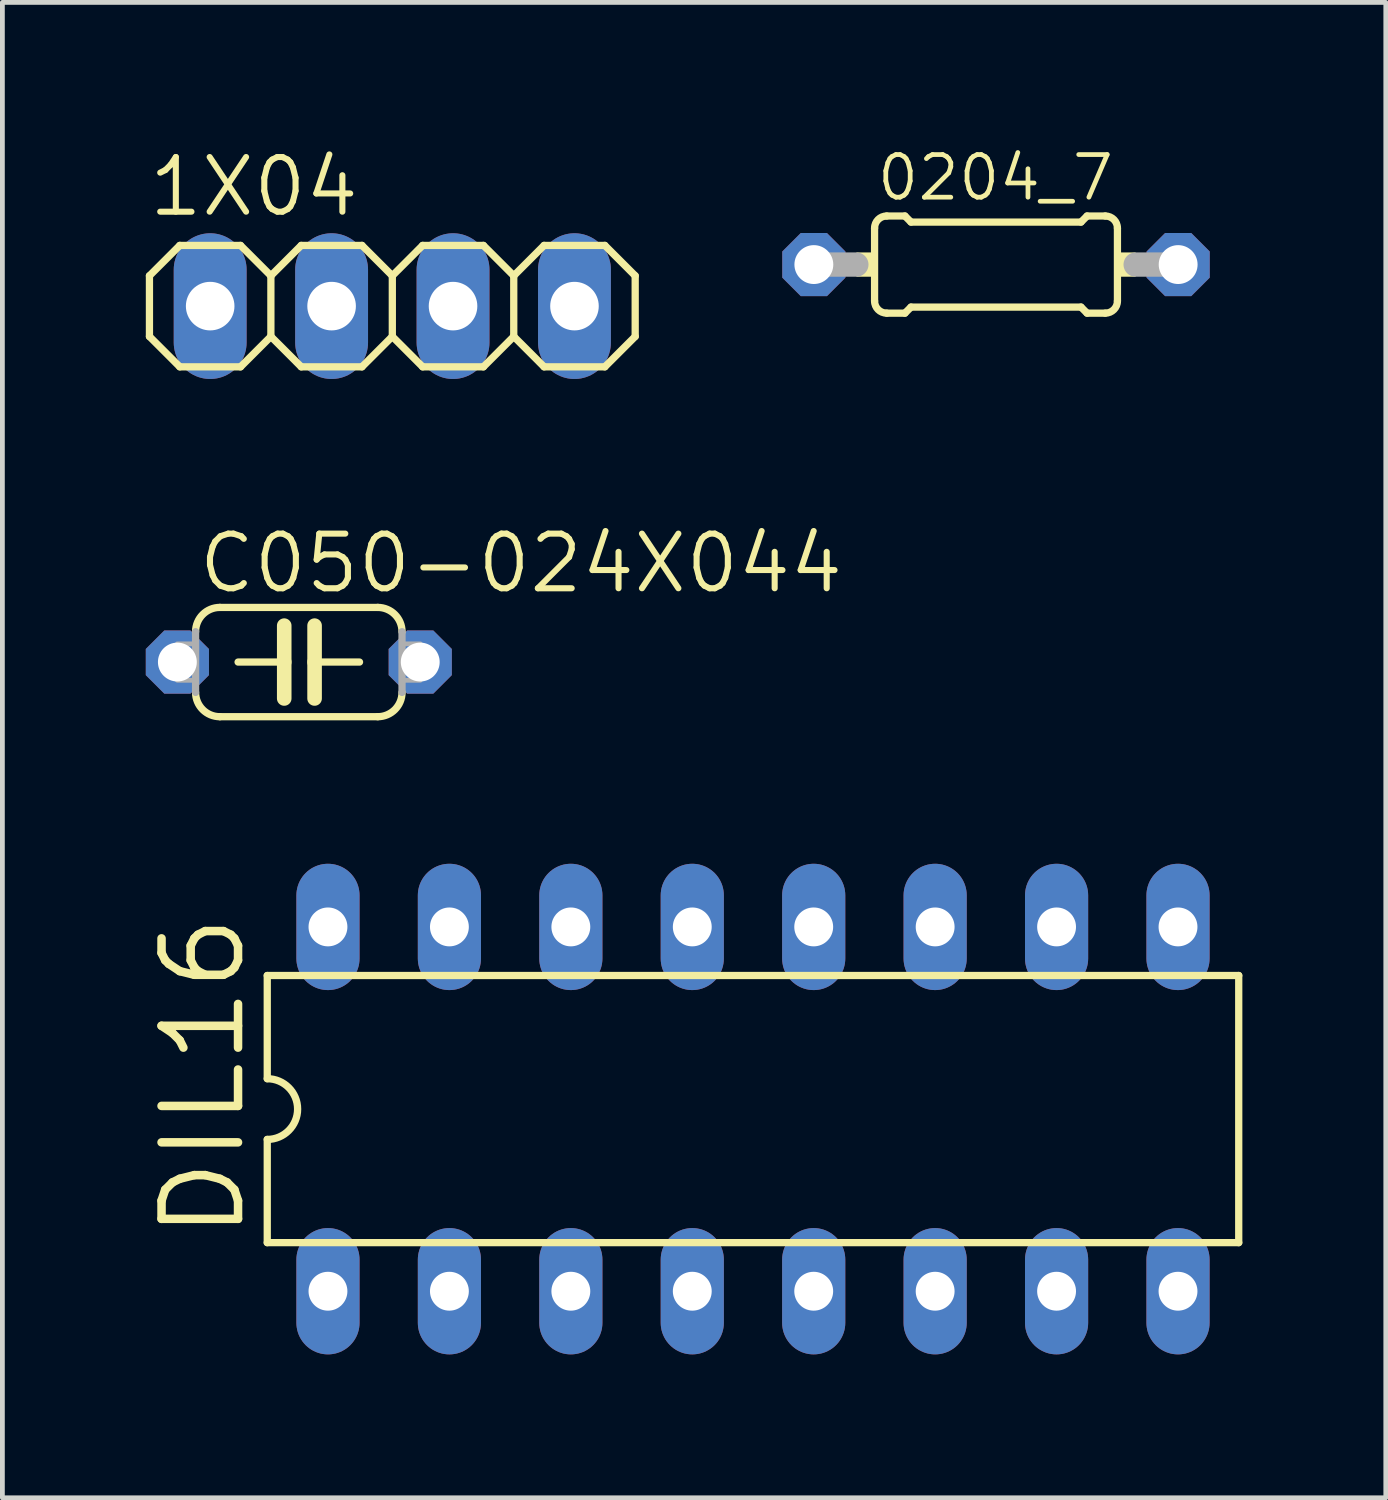
<source format=kicad_pcb>
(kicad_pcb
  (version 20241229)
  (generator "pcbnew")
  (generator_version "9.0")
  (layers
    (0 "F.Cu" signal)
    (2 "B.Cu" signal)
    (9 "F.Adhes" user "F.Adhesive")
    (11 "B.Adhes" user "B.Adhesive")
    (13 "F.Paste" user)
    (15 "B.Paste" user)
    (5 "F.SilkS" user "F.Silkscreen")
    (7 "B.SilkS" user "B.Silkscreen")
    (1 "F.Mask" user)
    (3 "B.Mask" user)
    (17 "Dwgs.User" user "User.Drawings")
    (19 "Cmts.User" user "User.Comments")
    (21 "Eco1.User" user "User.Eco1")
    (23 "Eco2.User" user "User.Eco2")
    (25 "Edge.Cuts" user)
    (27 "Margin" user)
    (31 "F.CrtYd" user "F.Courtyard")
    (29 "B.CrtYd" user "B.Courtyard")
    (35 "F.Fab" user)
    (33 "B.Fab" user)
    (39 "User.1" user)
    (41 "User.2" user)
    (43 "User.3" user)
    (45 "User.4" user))
  (footprint "0204_7"
    (layer "F.Cu")
    (at 17.783 2.484)
    (property "Reference" "0204_7" (at -2.54 -1.295 0) (layer "F.SilkS") (effects (font (size 0.892 0.892) (thickness 0.099)) (justify left bottom)))
    (fp_line (start -2.54 0.762) (end -2.54 -0.762) (stroke (width 0.152) (type solid)) (layer "F.SilkS"))
    (fp_line (start -2.286 -1.016) (end -1.905 -1.016) (stroke (width 0.152) (type solid)) (layer "F.SilkS"))
    (fp_line (start -2.286 1.016) (end -1.905 1.016) (stroke (width 0.152) (type solid)) (layer "F.SilkS"))
    (fp_line (start -1.778 -0.889) (end -1.905 -1.016) (stroke (width 0.152) (type solid)) (layer "F.SilkS"))
    (fp_line (start -1.778 0.889) (end -1.905 1.016) (stroke (width 0.152) (type solid)) (layer "F.SilkS"))
    (fp_line (start 1.778 -0.889) (end -1.778 -0.889) (stroke (width 0.152) (type solid)) (layer "F.SilkS"))
    (fp_line (start 1.778 -0.889) (end 1.905 -1.016) (stroke (width 0.152) (type solid)) (layer "F.SilkS"))
    (fp_line (start 1.778 0.889) (end -1.778 0.889) (stroke (width 0.152) (type solid)) (layer "F.SilkS"))
    (fp_line (start 1.778 0.889) (end 1.905 1.016) (stroke (width 0.152) (type solid)) (layer "F.SilkS"))
    (fp_line (start 2.286 -1.016) (end 1.905 -1.016) (stroke (width 0.152) (type solid)) (layer "F.SilkS"))
    (fp_line (start 2.286 1.016) (end 1.905 1.016) (stroke (width 0.152) (type solid)) (layer "F.SilkS"))
    (fp_line (start 2.54 0.762) (end 2.54 -0.762) (stroke (width 0.152) (type solid)) (layer "F.SilkS"))
    (fp_arc (start -2.54 -0.762) (mid -2.465605 -0.941605) (end -2.286 -1.016) (stroke (width 0.1524) (type solid)) (layer "F.SilkS"))
    (fp_arc (start -2.286 1.016) (mid -2.465605 0.941605) (end -2.54 0.762) (stroke (width 0.1524) (type solid)) (layer "F.SilkS"))
    (fp_arc (start 2.286 -1.016) (mid 2.465605 -0.941605) (end 2.54 -0.762) (stroke (width 0.1524) (type solid)) (layer "F.SilkS"))
    (fp_arc (start 2.54 0.762) (mid 2.465605 0.941605) (end 2.286 1.016) (stroke (width 0.1524) (type solid)) (layer "F.SilkS"))
    (fp_poly (pts (xy -2.921 0.254) (xy -2.54 0.254) (xy -2.54 -0.254) (xy -2.921 -0.254)) (stroke (width 0) (type solid)) (fill yes) (layer "F.SilkS"))
    (fp_poly (pts (xy 2.54 0.254) (xy 2.921 0.254) (xy 2.921 -0.254) (xy 2.54 -0.254)) (stroke (width 0) (type solid)) (fill yes) (layer "F.SilkS"))
    (fp_line (start -3.81 0) (end -2.921 0) (stroke (width 0.508) (type solid)) (layer "F.Fab"))
    (fp_line (start 3.81 0) (end 2.921 0) (stroke (width 0.508) (type solid)) (layer "F.Fab"))
    (pad "1" thru_hole roundrect (at -3.81 0) (size 1.321 1.321) (drill 0.813) (layers "*.Cu" "*.Mask") (roundrect_rratio 0.25) (chamfer_ratio 0.293) (chamfer top_left top_right bottom_left bottom_right))
    (pad "2" thru_hole roundrect (at 3.81 0) (size 1.321 1.321) (drill 0.813) (layers "*.Cu" "*.Mask") (roundrect_rratio 0.25) (chamfer_ratio 0.293) (chamfer top_left top_right bottom_left bottom_right)))
  (footprint "C050-024X044"
    (layer "F.Cu")
    (at 3.2 10.798)
    (property "Reference" "C050-024X044" (at -2.159 -1.397 0) (layer "F.SilkS") (effects (font (size 1.143 1.143) (thickness 0.127)) (justify left bottom)))
    (fp_line (start -1.27 0) (end -0.305 0) (stroke (width 0.152) (type solid)) (layer "F.SilkS"))
    (fp_line (start -0.305 -0.762) (end -0.305 0) (stroke (width 0.305) (type solid)) (layer "F.SilkS"))
    (fp_line (start -0.305 0) (end -0.305 0.762) (stroke (width 0.305) (type solid)) (layer "F.SilkS"))
    (fp_line (start 0.33 -0.762) (end 0.33 0) (stroke (width 0.305) (type solid)) (layer "F.SilkS"))
    (fp_line (start 0.33 0) (end 0.33 0.762) (stroke (width 0.305) (type solid)) (layer "F.SilkS"))
    (fp_line (start 1.27 0) (end 0.33 0) (stroke (width 0.152) (type solid)) (layer "F.SilkS"))
    (fp_line (start 1.651 -1.143) (end -1.651 -1.143) (stroke (width 0.152) (type solid)) (layer "F.SilkS"))
    (fp_line (start 1.651 1.143) (end -1.651 1.143) (stroke (width 0.152) (type solid)) (layer "F.SilkS"))
    (fp_arc (start -2.159 -0.635) (mid -2.01021 -0.99421) (end -1.651 -1.143) (stroke (width 0.1524) (type solid)) (layer "F.SilkS"))
    (fp_arc (start -1.651 1.143) (mid -2.01021 0.99421) (end -2.159 0.635) (stroke (width 0.1524) (type solid)) (layer "F.SilkS"))
    (fp_arc (start 1.651 -1.143) (mid 2.01021 -0.99421) (end 2.159 -0.635) (stroke (width 0.1524) (type solid)) (layer "F.SilkS"))
    (fp_arc (start 2.159 0.635) (mid 2.01021 0.99421) (end 1.651 1.143) (stroke (width 0.1524) (type solid)) (layer "F.SilkS"))
    (fp_line (start -2.159 0.635) (end -2.159 -0.635) (stroke (width 0.152) (type solid)) (layer "F.Fab"))
    (fp_line (start 2.159 0.635) (end 2.159 -0.635) (stroke (width 0.152) (type solid)) (layer "F.Fab"))
    (fp_poly (pts (xy -2.54 0.381) (xy -2.159 0.381) (xy -2.159 -0.381) (xy -2.54 -0.381)) (stroke (width 0.1) (type solid)) (fill no) (layer "F.Fab"))
    (fp_poly (pts (xy 2.159 0.381) (xy 2.54 0.381) (xy 2.54 -0.381) (xy 2.159 -0.381)) (stroke (width 0.1) (type solid)) (fill no) (layer "F.Fab"))
    (pad "1" thru_hole roundrect (at -2.54 0) (size 1.321 1.321) (drill 0.813) (layers "*.Cu" "*.Mask") (roundrect_rratio 0.25) (chamfer_ratio 0.293) (chamfer top_left top_right bottom_left bottom_right))
    (pad "2" thru_hole roundrect (at 2.54 0) (size 1.321 1.321) (drill 0.813) (layers "*.Cu" "*.Mask") (roundrect_rratio 0.25) (chamfer_ratio 0.293) (chamfer top_left top_right bottom_left bottom_right)))
  (footprint "1X04"
    (layer "F.Cu")
    (at 5.156 3.353)
    (property "Reference" "1X04" (at -5.156 -1.829 0) (layer "F.SilkS") (effects (font (size 1.143 1.143) (thickness 0.127)) (justify left bottom)))
    (fp_line (start -5.08 -0.635) (end -5.08 0.635) (stroke (width 0.152) (type solid)) (layer "F.SilkS"))
    (fp_line (start -5.08 0.635) (end -4.445 1.27) (stroke (width 0.152) (type solid)) (layer "F.SilkS"))
    (fp_line (start -4.445 -1.27) (end -5.08 -0.635) (stroke (width 0.152) (type solid)) (layer "F.SilkS"))
    (fp_line (start -4.445 -1.27) (end -3.175 -1.27) (stroke (width 0.152) (type solid)) (layer "F.SilkS"))
    (fp_line (start -3.175 -1.27) (end -2.54 -0.635) (stroke (width 0.152) (type solid)) (layer "F.SilkS"))
    (fp_line (start -3.175 1.27) (end -4.445 1.27) (stroke (width 0.152) (type solid)) (layer "F.SilkS"))
    (fp_line (start -2.54 -0.635) (end -2.54 0.635) (stroke (width 0.152) (type solid)) (layer "F.SilkS"))
    (fp_line (start -2.54 -0.635) (end -1.905 -1.27) (stroke (width 0.152) (type solid)) (layer "F.SilkS"))
    (fp_line (start -2.54 0.635) (end -3.175 1.27) (stroke (width 0.152) (type solid)) (layer "F.SilkS"))
    (fp_line (start -1.905 -1.27) (end -0.635 -1.27) (stroke (width 0.152) (type solid)) (layer "F.SilkS"))
    (fp_line (start -1.905 1.27) (end -2.54 0.635) (stroke (width 0.152) (type solid)) (layer "F.SilkS"))
    (fp_line (start -0.635 -1.27) (end 0 -0.635) (stroke (width 0.152) (type solid)) (layer "F.SilkS"))
    (fp_line (start -0.635 1.27) (end -1.905 1.27) (stroke (width 0.152) (type solid)) (layer "F.SilkS"))
    (fp_line (start 0 -0.635) (end 0 0.635) (stroke (width 0.152) (type solid)) (layer "F.SilkS"))
    (fp_line (start 0 -0.635) (end 0.635 -1.27) (stroke (width 0.152) (type solid)) (layer "F.SilkS"))
    (fp_line (start 0 0.635) (end -0.635 1.27) (stroke (width 0.152) (type solid)) (layer "F.SilkS"))
    (fp_line (start 0.635 -1.27) (end 1.905 -1.27) (stroke (width 0.152) (type solid)) (layer "F.SilkS"))
    (fp_line (start 0.635 1.27) (end 0 0.635) (stroke (width 0.152) (type solid)) (layer "F.SilkS"))
    (fp_line (start 1.905 -1.27) (end 2.54 -0.635) (stroke (width 0.152) (type solid)) (layer "F.SilkS"))
    (fp_line (start 1.905 1.27) (end 0.635 1.27) (stroke (width 0.152) (type solid)) (layer "F.SilkS"))
    (fp_line (start 2.54 -0.635) (end 2.54 0.635) (stroke (width 0.152) (type solid)) (layer "F.SilkS"))
    (fp_line (start 2.54 0.635) (end 1.905 1.27) (stroke (width 0.152) (type solid)) (layer "F.SilkS"))
    (fp_line (start 2.54 0.635) (end 3.175 1.27) (stroke (width 0.152) (type solid)) (layer "F.SilkS"))
    (fp_line (start 3.175 -1.27) (end 2.54 -0.635) (stroke (width 0.152) (type solid)) (layer "F.SilkS"))
    (fp_line (start 3.175 -1.27) (end 4.445 -1.27) (stroke (width 0.152) (type solid)) (layer "F.SilkS"))
    (fp_line (start 4.445 -1.27) (end 5.08 -0.635) (stroke (width 0.152) (type solid)) (layer "F.SilkS"))
    (fp_line (start 4.445 1.27) (end 3.175 1.27) (stroke (width 0.152) (type solid)) (layer "F.SilkS"))
    (fp_line (start 5.08 -0.635) (end 5.08 0.635) (stroke (width 0.152) (type solid)) (layer "F.SilkS"))
    (fp_line (start 5.08 0.635) (end 4.445 1.27) (stroke (width 0.152) (type solid)) (layer "F.SilkS"))
    (fp_poly (pts (xy -4.064 0.254) (xy -3.556 0.254) (xy -3.556 -0.254) (xy -4.064 -0.254)) (stroke (width 0.1) (type solid)) (fill no) (layer "F.Fab"))
    (fp_poly (pts (xy -1.524 0.254) (xy -1.016 0.254) (xy -1.016 -0.254) (xy -1.524 -0.254)) (stroke (width 0.1) (type solid)) (fill no) (layer "F.Fab"))
    (fp_poly (pts (xy 1.016 0.254) (xy 1.524 0.254) (xy 1.524 -0.254) (xy 1.016 -0.254)) (stroke (width 0.1) (type solid)) (fill no) (layer "F.Fab"))
    (fp_poly (pts (xy 3.556 0.254) (xy 4.064 0.254) (xy 4.064 -0.254) (xy 3.556 -0.254)) (stroke (width 0.1) (type solid)) (fill no) (layer "F.Fab"))
    (pad "1" thru_hole oval (at -3.81 0 90) (size 3.048 1.524) (drill 1.016) (layers "*.Cu" "*.Mask"))
    (pad "2" thru_hole oval (at -1.27 0 90) (size 3.048 1.524) (drill 1.016) (layers "*.Cu" "*.Mask"))
    (pad "3" thru_hole oval (at 1.27 0 90) (size 3.048 1.524) (drill 1.016) (layers "*.Cu" "*.Mask"))
    (pad "4" thru_hole oval (at 3.81 0 90) (size 3.048 1.524) (drill 1.016) (layers "*.Cu" "*.Mask")))
  (footprint "DIL16"
    (layer "F.Cu")
    (at 12.7 20.148)
    (property "Reference" "DIL16" (at -10.566 2.794 90) (layer "F.SilkS") (effects (font (size 1.6 1.6) (thickness 0.178)) (justify left bottom)))
    (fp_line (start -10.16 -2.794) (end -10.16 -0.635) (stroke (width 0.152) (type solid)) (layer "F.SilkS"))
    (fp_line (start -10.16 0.635) (end -10.16 2.794) (stroke (width 0.152) (type solid)) (layer "F.SilkS"))
    (fp_line (start -10.16 2.794) (end 10.16 2.794) (stroke (width 0.152) (type solid)) (layer "F.SilkS"))
    (fp_line (start 10.16 -2.794) (end -10.16 -2.794) (stroke (width 0.152) (type solid)) (layer "F.SilkS"))
    (fp_line (start 10.16 2.794) (end 10.16 -2.794) (stroke (width 0.152) (type solid)) (layer "F.SilkS"))
    (fp_arc (start -10.16 -0.635) (mid -9.525 0) (end -10.16 0.635) (stroke (width 0.1524) (type solid)) (layer "F.SilkS"))
    (pad "1" thru_hole oval (at -8.89 3.81 90) (size 2.642 1.321) (drill 0.813) (layers "*.Cu" "*.Mask"))
    (pad "2" thru_hole oval (at -6.35 3.81 90) (size 2.642 1.321) (drill 0.813) (layers "*.Cu" "*.Mask"))
    (pad "3" thru_hole oval (at -3.81 3.81 90) (size 2.642 1.321) (drill 0.813) (layers "*.Cu" "*.Mask"))
    (pad "4" thru_hole oval (at -1.27 3.81 90) (size 2.642 1.321) (drill 0.813) (layers "*.Cu" "*.Mask"))
    (pad "5" thru_hole oval (at 1.27 3.81 90) (size 2.642 1.321) (drill 0.813) (layers "*.Cu" "*.Mask"))
    (pad "6" thru_hole oval (at 3.81 3.81 90) (size 2.642 1.321) (drill 0.813) (layers "*.Cu" "*.Mask"))
    (pad "7" thru_hole oval (at 6.35 3.81 90) (size 2.642 1.321) (drill 0.813) (layers "*.Cu" "*.Mask"))
    (pad "8" thru_hole oval (at 8.89 3.81 90) (size 2.642 1.321) (drill 0.813) (layers "*.Cu" "*.Mask"))
    (pad "9" thru_hole oval (at 8.89 -3.81 90) (size 2.642 1.321) (drill 0.813) (layers "*.Cu" "*.Mask"))
    (pad "10" thru_hole oval (at 6.35 -3.81 90) (size 2.642 1.321) (drill 0.813) (layers "*.Cu" "*.Mask"))
    (pad "11" thru_hole oval (at 3.81 -3.81 90) (size 2.642 1.321) (drill 0.813) (layers "*.Cu" "*.Mask"))
    (pad "12" thru_hole oval (at 1.27 -3.81 90) (size 2.642 1.321) (drill 0.813) (layers "*.Cu" "*.Mask"))
    (pad "13" thru_hole oval (at -1.27 -3.81 90) (size 2.642 1.321) (drill 0.813) (layers "*.Cu" "*.Mask"))
    (pad "14" thru_hole oval (at -3.81 -3.81 90) (size 2.642 1.321) (drill 0.813) (layers "*.Cu" "*.Mask"))
    (pad "15" thru_hole oval (at -6.35 -3.81 90) (size 2.642 1.321) (drill 0.813) (layers "*.Cu" "*.Mask"))
    (pad "16" thru_hole oval (at -8.89 -3.81 90) (size 2.642 1.321) (drill 0.813) (layers "*.Cu" "*.Mask")))
  (gr_rect
    (start -3 -3)
    (end 25.936 28.279)
    (stroke (width 0.1) (type default))
    (fill no)
    (layer "Edge.Cuts")))
</source>
